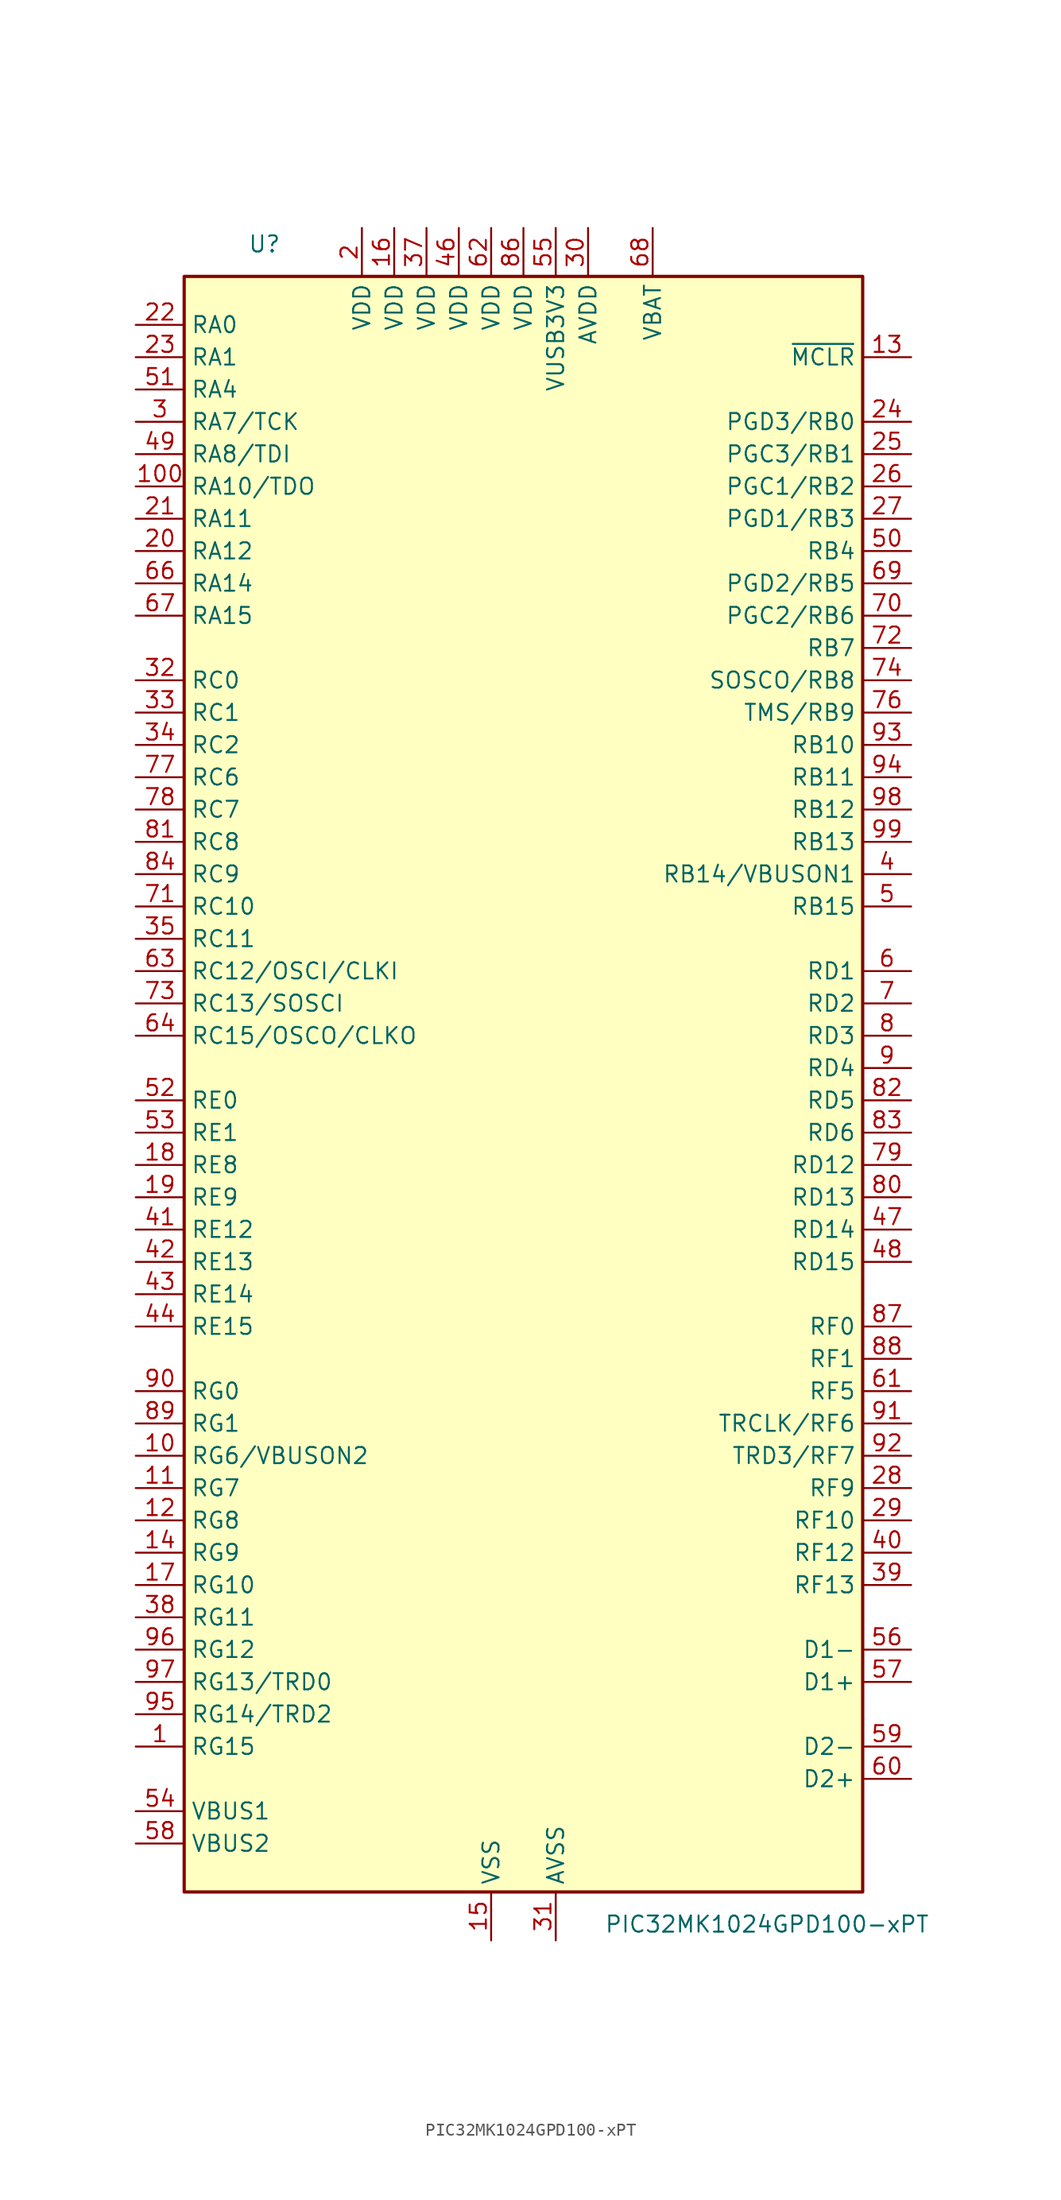
<source format=kicad_sym>
(kicad_symbol_lib
  (version 20241209)
  (generator "kicad_symbol_editor")
  (generator_version "9.0")
  (symbol "PIC32MK1024GPD100-xPT"
    (property "Reference" "U"
      (at -19.05 64.77 0)
      (effects (font (size 1.27 1.27)) (justify right)))
    (property "Value" "PIC32MK1024GPD100-xPT"
      (at 6.35 -67.31 0)
      (effects (font (size 1.27 1.27)) (justify left)))
    (symbol "PIC32MK1024GPD100-xPT_0_1"
      (rectangle (start -26.67 62.23) (end 26.67 -64.77) (stroke (width 0.254) (type default)) (fill (type background))))
    (symbol "PIC32MK1024GPD100-xPT_1_1"
      (pin bidirectional line (at -30.48 58.42 0) (length 3.81) (name "RA0" (effects (font (size 1.27 1.27)))) (number "22" (effects (font (size 1.27 1.27)))))
      (pin bidirectional line (at -30.48 55.88 0) (length 3.81) (name "RA1" (effects (font (size 1.27 1.27)))) (number "23" (effects (font (size 1.27 1.27)))))
      (pin bidirectional line (at -30.48 53.34 0) (length 3.81) (name "RA4" (effects (font (size 1.27 1.27)))) (number "51" (effects (font (size 1.27 1.27)))))
      (pin bidirectional line (at -30.48 50.8 0) (length 3.81) (name "RA7/TCK" (effects (font (size 1.27 1.27)))) (number "3" (effects (font (size 1.27 1.27)))))
      (pin bidirectional line (at -30.48 48.26 0) (length 3.81) (name "RA8/TDI" (effects (font (size 1.27 1.27)))) (number "49" (effects (font (size 1.27 1.27)))))
      (pin bidirectional line (at -30.48 45.72 0) (length 3.81) (name "RA10/TDO" (effects (font (size 1.27 1.27)))) (number "100" (effects (font (size 1.27 1.27)))))
      (pin bidirectional line (at -30.48 43.18 0) (length 3.81) (name "RA11" (effects (font (size 1.27 1.27)))) (number "21" (effects (font (size 1.27 1.27)))))
      (pin bidirectional line (at -30.48 40.64 0) (length 3.81) (name "RA12" (effects (font (size 1.27 1.27)))) (number "20" (effects (font (size 1.27 1.27)))))
      (pin bidirectional line (at -30.48 38.1 0) (length 3.81) (name "RA14" (effects (font (size 1.27 1.27)))) (number "66" (effects (font (size 1.27 1.27)))))
      (pin bidirectional line (at -30.48 35.56 0) (length 3.81) (name "RA15" (effects (font (size 1.27 1.27)))) (number "67" (effects (font (size 1.27 1.27)))))
      (pin bidirectional line (at -30.48 30.48 0) (length 3.81) (name "RC0" (effects (font (size 1.27 1.27)))) (number "32" (effects (font (size 1.27 1.27)))))
      (pin bidirectional line (at -30.48 27.94 0) (length 3.81) (name "RC1" (effects (font (size 1.27 1.27)))) (number "33" (effects (font (size 1.27 1.27)))))
      (pin bidirectional line (at -30.48 25.4 0) (length 3.81) (name "RC2" (effects (font (size 1.27 1.27)))) (number "34" (effects (font (size 1.27 1.27)))))
      (pin bidirectional line (at -30.48 22.86 0) (length 3.81) (name "RC6" (effects (font (size 1.27 1.27)))) (number "77" (effects (font (size 1.27 1.27)))))
      (pin bidirectional line (at -30.48 20.32 0) (length 3.81) (name "RC7" (effects (font (size 1.27 1.27)))) (number "78" (effects (font (size 1.27 1.27)))))
      (pin bidirectional line (at -30.48 17.78 0) (length 3.81) (name "RC8" (effects (font (size 1.27 1.27)))) (number "81" (effects (font (size 1.27 1.27)))))
      (pin bidirectional line (at -30.48 15.24 0) (length 3.81) (name "RC9" (effects (font (size 1.27 1.27)))) (number "84" (effects (font (size 1.27 1.27)))))
      (pin bidirectional line (at -30.48 12.7 0) (length 3.81) (name "RC10" (effects (font (size 1.27 1.27)))) (number "71" (effects (font (size 1.27 1.27)))))
      (pin bidirectional line (at -30.48 10.16 0) (length 3.81) (name "RC11" (effects (font (size 1.27 1.27)))) (number "35" (effects (font (size 1.27 1.27)))))
      (pin bidirectional line (at -30.48 7.62 0) (length 3.81) (name "RC12/OSCI/CLKI" (effects (font (size 1.27 1.27)))) (number "63" (effects (font (size 1.27 1.27)))))
      (pin bidirectional line (at -30.48 5.08 0) (length 3.81) (name "RC13/SOSCI" (effects (font (size 1.27 1.27)))) (number "73" (effects (font (size 1.27 1.27)))))
      (pin bidirectional line (at -30.48 2.54 0) (length 3.81) (name "RC15/OSCO/CLKO" (effects (font (size 1.27 1.27)))) (number "64" (effects (font (size 1.27 1.27)))))
      (pin bidirectional line (at -30.48 -2.54 0) (length 3.81) (name "RE0" (effects (font (size 1.27 1.27)))) (number "52" (effects (font (size 1.27 1.27)))))
      (pin bidirectional line (at -30.48 -5.08 0) (length 3.81) (name "RE1" (effects (font (size 1.27 1.27)))) (number "53" (effects (font (size 1.27 1.27)))))
      (pin bidirectional line (at -30.48 -7.62 0) (length 3.81) (name "RE8" (effects (font (size 1.27 1.27)))) (number "18" (effects (font (size 1.27 1.27)))))
      (pin bidirectional line (at -30.48 -10.16 0) (length 3.81) (name "RE9" (effects (font (size 1.27 1.27)))) (number "19" (effects (font (size 1.27 1.27)))))
      (pin bidirectional line (at -30.48 -12.7 0) (length 3.81) (name "RE12" (effects (font (size 1.27 1.27)))) (number "41" (effects (font (size 1.27 1.27)))))
      (pin bidirectional line (at -30.48 -15.24 0) (length 3.81) (name "RE13" (effects (font (size 1.27 1.27)))) (number "42" (effects (font (size 1.27 1.27)))))
      (pin bidirectional line (at -30.48 -17.78 0) (length 3.81) (name "RE14" (effects (font (size 1.27 1.27)))) (number "43" (effects (font (size 1.27 1.27)))))
      (pin bidirectional line (at -30.48 -20.32 0) (length 3.81) (name "RE15" (effects (font (size 1.27 1.27)))) (number "44" (effects (font (size 1.27 1.27)))))
      (pin bidirectional line (at -30.48 -25.4 0) (length 3.81) (name "RG0" (effects (font (size 1.27 1.27)))) (number "90" (effects (font (size 1.27 1.27)))))
      (pin bidirectional line (at -30.48 -27.94 0) (length 3.81) (name "RG1" (effects (font (size 1.27 1.27)))) (number "89" (effects (font (size 1.27 1.27)))))
      (pin bidirectional line (at -30.48 -30.48 0) (length 3.81) (name "RG6/VBUSON2" (effects (font (size 1.27 1.27)))) (number "10" (effects (font (size 1.27 1.27)))))
      (pin bidirectional line (at -30.48 -33.02 0) (length 3.81) (name "RG7" (effects (font (size 1.27 1.27)))) (number "11" (effects (font (size 1.27 1.27)))))
      (pin bidirectional line (at -30.48 -35.56 0) (length 3.81) (name "RG8" (effects (font (size 1.27 1.27)))) (number "12" (effects (font (size 1.27 1.27)))))
      (pin bidirectional line (at -30.48 -38.1 0) (length 3.81) (name "RG9" (effects (font (size 1.27 1.27)))) (number "14" (effects (font (size 1.27 1.27)))))
      (pin bidirectional line (at -30.48 -40.64 0) (length 3.81) (name "RG10" (effects (font (size 1.27 1.27)))) (number "17" (effects (font (size 1.27 1.27)))))
      (pin bidirectional line (at -30.48 -43.18 0) (length 3.81) (name "RG11" (effects (font (size 1.27 1.27)))) (number "38" (effects (font (size 1.27 1.27)))))
      (pin bidirectional line (at -30.48 -45.72 0) (length 3.81) (name "RG12" (effects (font (size 1.27 1.27)))) (number "96" (effects (font (size 1.27 1.27)))))
      (pin bidirectional line (at -30.48 -48.26 0) (length 3.81) (name "RG13/TRD0" (effects (font (size 1.27 1.27)))) (number "97" (effects (font (size 1.27 1.27)))))
      (pin bidirectional line (at -30.48 -50.8 0) (length 3.81) (name "RG14/TRD2" (effects (font (size 1.27 1.27)))) (number "95" (effects (font (size 1.27 1.27)))))
      (pin bidirectional line (at -30.48 -53.34 0) (length 3.81) (name "RG15" (effects (font (size 1.27 1.27)))) (number "1" (effects (font (size 1.27 1.27)))))
      (pin input line (at -30.48 -58.42 0) (length 3.81) (name "VBUS1" (effects (font (size 1.27 1.27)))) (number "54" (effects (font (size 1.27 1.27)))))
      (pin input line (at -30.48 -60.96 0) (length 3.81) (name "VBUS2" (effects (font (size 1.27 1.27)))) (number "58" (effects (font (size 1.27 1.27)))))
      (pin power_in line (at -12.7 66.04 270) (length 3.81) (name "VDD" (effects (font (size 1.27 1.27)))) (number "2" (effects (font (size 1.27 1.27)))))
      (pin power_in line (at -10.16 66.04 270) (length 3.81) (name "VDD" (effects (font (size 1.27 1.27)))) (number "16" (effects (font (size 1.27 1.27)))))
      (pin power_in line (at -7.62 66.04 270) (length 3.81) (name "VDD" (effects (font (size 1.27 1.27)))) (number "37" (effects (font (size 1.27 1.27)))))
      (pin power_in line (at -5.08 66.04 270) (length 3.81) (name "VDD" (effects (font (size 1.27 1.27)))) (number "46" (effects (font (size 1.27 1.27)))))
      (pin power_in line (at -2.54 66.04 270) (length 3.81) (name "VDD" (effects (font (size 1.27 1.27)))) (number "62" (effects (font (size 1.27 1.27)))))
      (pin power_in line (at -2.54 -68.58 90) (length 3.81) (name "VSS" (effects (font (size 1.27 1.27)))) (number "15" (effects (font (size 1.27 1.27)))))
      (pin passive line (at -2.54 -68.58 90) (length 3.81) (hide yes) (name "VSS" (effects (font (size 1.27 1.27)))) (number "36" (effects (font (size 1.27 1.27)))))
      (pin passive line (at -2.54 -68.58 90) (length 3.81) (hide yes) (name "VSS" (effects (font (size 1.27 1.27)))) (number "45" (effects (font (size 1.27 1.27)))))
      (pin passive line (at -2.54 -68.58 90) (length 3.81) (hide yes) (name "VSS" (effects (font (size 1.27 1.27)))) (number "65" (effects (font (size 1.27 1.27)))))
      (pin passive line (at -2.54 -68.58 90) (length 3.81) (hide yes) (name "VSS" (effects (font (size 1.27 1.27)))) (number "75" (effects (font (size 1.27 1.27)))))
      (pin passive line (at -2.54 -68.58 90) (length 3.81) (hide yes) (name "VSS" (effects (font (size 1.27 1.27)))) (number "85" (effects (font (size 1.27 1.27)))))
      (pin power_in line (at 0 66.04 270) (length 3.81) (name "VDD" (effects (font (size 1.27 1.27)))) (number "86" (effects (font (size 1.27 1.27)))))
      (pin power_in line (at 2.54 66.04 270) (length 3.81) (name "VUSB3V3" (effects (font (size 1.27 1.27)))) (number "55" (effects (font (size 1.27 1.27)))))
      (pin power_in line (at 2.54 -68.58 90) (length 3.81) (name "AVSS" (effects (font (size 1.27 1.27)))) (number "31" (effects (font (size 1.27 1.27)))))
      (pin power_in line (at 5.08 66.04 270) (length 3.81) (name "AVDD" (effects (font (size 1.27 1.27)))) (number "30" (effects (font (size 1.27 1.27)))))
      (pin power_in line (at 10.16 66.04 270) (length 3.81) (name "VBAT" (effects (font (size 1.27 1.27)))) (number "68" (effects (font (size 1.27 1.27)))))
      (pin input line (at 30.48 55.88 180) (length 3.81) (name "~{MCLR}" (effects (font (size 1.27 1.27)))) (number "13" (effects (font (size 1.27 1.27)))))
      (pin bidirectional line (at 30.48 50.8 180) (length 3.81) (name "PGD3/RB0" (effects (font (size 1.27 1.27)))) (number "24" (effects (font (size 1.27 1.27)))))
      (pin bidirectional line (at 30.48 48.26 180) (length 3.81) (name "PGC3/RB1" (effects (font (size 1.27 1.27)))) (number "25" (effects (font (size 1.27 1.27)))))
      (pin bidirectional line (at 30.48 45.72 180) (length 3.81) (name "PGC1/RB2" (effects (font (size 1.27 1.27)))) (number "26" (effects (font (size 1.27 1.27)))))
      (pin bidirectional line (at 30.48 43.18 180) (length 3.81) (name "PGD1/RB3" (effects (font (size 1.27 1.27)))) (number "27" (effects (font (size 1.27 1.27)))))
      (pin bidirectional line (at 30.48 40.64 180) (length 3.81) (name "RB4" (effects (font (size 1.27 1.27)))) (number "50" (effects (font (size 1.27 1.27)))))
      (pin bidirectional line (at 30.48 38.1 180) (length 3.81) (name "PGD2/RB5" (effects (font (size 1.27 1.27)))) (number "69" (effects (font (size 1.27 1.27)))))
      (pin bidirectional line (at 30.48 35.56 180) (length 3.81) (name "PGC2/RB6" (effects (font (size 1.27 1.27)))) (number "70" (effects (font (size 1.27 1.27)))))
      (pin bidirectional line (at 30.48 33.02 180) (length 3.81) (name "RB7" (effects (font (size 1.27 1.27)))) (number "72" (effects (font (size 1.27 1.27)))))
      (pin bidirectional line (at 30.48 30.48 180) (length 3.81) (name "SOSCO/RB8" (effects (font (size 1.27 1.27)))) (number "74" (effects (font (size 1.27 1.27)))))
      (pin bidirectional line (at 30.48 27.94 180) (length 3.81) (name "TMS/RB9" (effects (font (size 1.27 1.27)))) (number "76" (effects (font (size 1.27 1.27)))))
      (pin bidirectional line (at 30.48 25.4 180) (length 3.81) (name "RB10" (effects (font (size 1.27 1.27)))) (number "93" (effects (font (size 1.27 1.27)))))
      (pin bidirectional line (at 30.48 22.86 180) (length 3.81) (name "RB11" (effects (font (size 1.27 1.27)))) (number "94" (effects (font (size 1.27 1.27)))))
      (pin bidirectional line (at 30.48 20.32 180) (length 3.81) (name "RB12" (effects (font (size 1.27 1.27)))) (number "98" (effects (font (size 1.27 1.27)))))
      (pin bidirectional line (at 30.48 17.78 180) (length 3.81) (name "RB13" (effects (font (size 1.27 1.27)))) (number "99" (effects (font (size 1.27 1.27)))))
      (pin bidirectional line (at 30.48 15.24 180) (length 3.81) (name "RB14/VBUSON1" (effects (font (size 1.27 1.27)))) (number "4" (effects (font (size 1.27 1.27)))))
      (pin bidirectional line (at 30.48 12.7 180) (length 3.81) (name "RB15" (effects (font (size 1.27 1.27)))) (number "5" (effects (font (size 1.27 1.27)))))
      (pin bidirectional line (at 30.48 7.62 180) (length 3.81) (name "RD1" (effects (font (size 1.27 1.27)))) (number "6" (effects (font (size 1.27 1.27)))))
      (pin bidirectional line (at 30.48 5.08 180) (length 3.81) (name "RD2" (effects (font (size 1.27 1.27)))) (number "7" (effects (font (size 1.27 1.27)))))
      (pin bidirectional line (at 30.48 2.54 180) (length 3.81) (name "RD3" (effects (font (size 1.27 1.27)))) (number "8" (effects (font (size 1.27 1.27)))))
      (pin bidirectional line (at 30.48 0 180) (length 3.81) (name "RD4" (effects (font (size 1.27 1.27)))) (number "9" (effects (font (size 1.27 1.27)))))
      (pin bidirectional line (at 30.48 -2.54 180) (length 3.81) (name "RD5" (effects (font (size 1.27 1.27)))) (number "82" (effects (font (size 1.27 1.27)))))
      (pin bidirectional line (at 30.48 -5.08 180) (length 3.81) (name "RD6" (effects (font (size 1.27 1.27)))) (number "83" (effects (font (size 1.27 1.27)))))
      (pin bidirectional line (at 30.48 -7.62 180) (length 3.81) (name "RD12" (effects (font (size 1.27 1.27)))) (number "79" (effects (font (size 1.27 1.27)))))
      (pin bidirectional line (at 30.48 -10.16 180) (length 3.81) (name "RD13" (effects (font (size 1.27 1.27)))) (number "80" (effects (font (size 1.27 1.27)))))
      (pin bidirectional line (at 30.48 -12.7 180) (length 3.81) (name "RD14" (effects (font (size 1.27 1.27)))) (number "47" (effects (font (size 1.27 1.27)))))
      (pin bidirectional line (at 30.48 -15.24 180) (length 3.81) (name "RD15" (effects (font (size 1.27 1.27)))) (number "48" (effects (font (size 1.27 1.27)))))
      (pin bidirectional line (at 30.48 -20.32 180) (length 3.81) (name "RF0" (effects (font (size 1.27 1.27)))) (number "87" (effects (font (size 1.27 1.27)))))
      (pin bidirectional line (at 30.48 -22.86 180) (length 3.81) (name "RF1" (effects (font (size 1.27 1.27)))) (number "88" (effects (font (size 1.27 1.27)))))
      (pin bidirectional line (at 30.48 -25.4 180) (length 3.81) (name "RF5" (effects (font (size 1.27 1.27)))) (number "61" (effects (font (size 1.27 1.27)))))
      (pin bidirectional line (at 30.48 -27.94 180) (length 3.81) (name "TRCLK/RF6" (effects (font (size 1.27 1.27)))) (number "91" (effects (font (size 1.27 1.27)))))
      (pin bidirectional line (at 30.48 -30.48 180) (length 3.81) (name "TRD3/RF7" (effects (font (size 1.27 1.27)))) (number "92" (effects (font (size 1.27 1.27)))))
      (pin bidirectional line (at 30.48 -33.02 180) (length 3.81) (name "RF9" (effects (font (size 1.27 1.27)))) (number "28" (effects (font (size 1.27 1.27)))))
      (pin bidirectional line (at 30.48 -35.56 180) (length 3.81) (name "RF10" (effects (font (size 1.27 1.27)))) (number "29" (effects (font (size 1.27 1.27)))))
      (pin bidirectional line (at 30.48 -38.1 180) (length 3.81) (name "RF12" (effects (font (size 1.27 1.27)))) (number "40" (effects (font (size 1.27 1.27)))))
      (pin bidirectional line (at 30.48 -40.64 180) (length 3.81) (name "RF13" (effects (font (size 1.27 1.27)))) (number "39" (effects (font (size 1.27 1.27)))))
      (pin bidirectional line (at 30.48 -45.72 180) (length 3.81) (name "D1-" (effects (font (size 1.27 1.27)))) (number "56" (effects (font (size 1.27 1.27)))))
      (pin bidirectional line (at 30.48 -48.26 180) (length 3.81) (name "D1+" (effects (font (size 1.27 1.27)))) (number "57" (effects (font (size 1.27 1.27)))))
      (pin bidirectional line (at 30.48 -53.34 180) (length 3.81) (name "D2-" (effects (font (size 1.27 1.27)))) (number "59" (effects (font (size 1.27 1.27)))))
      (pin bidirectional line (at 30.48 -55.88 180) (length 3.81) (name "D2+" (effects (font (size 1.27 1.27)))) (number "60" (effects (font (size 1.27 1.27))))))))
</source>
